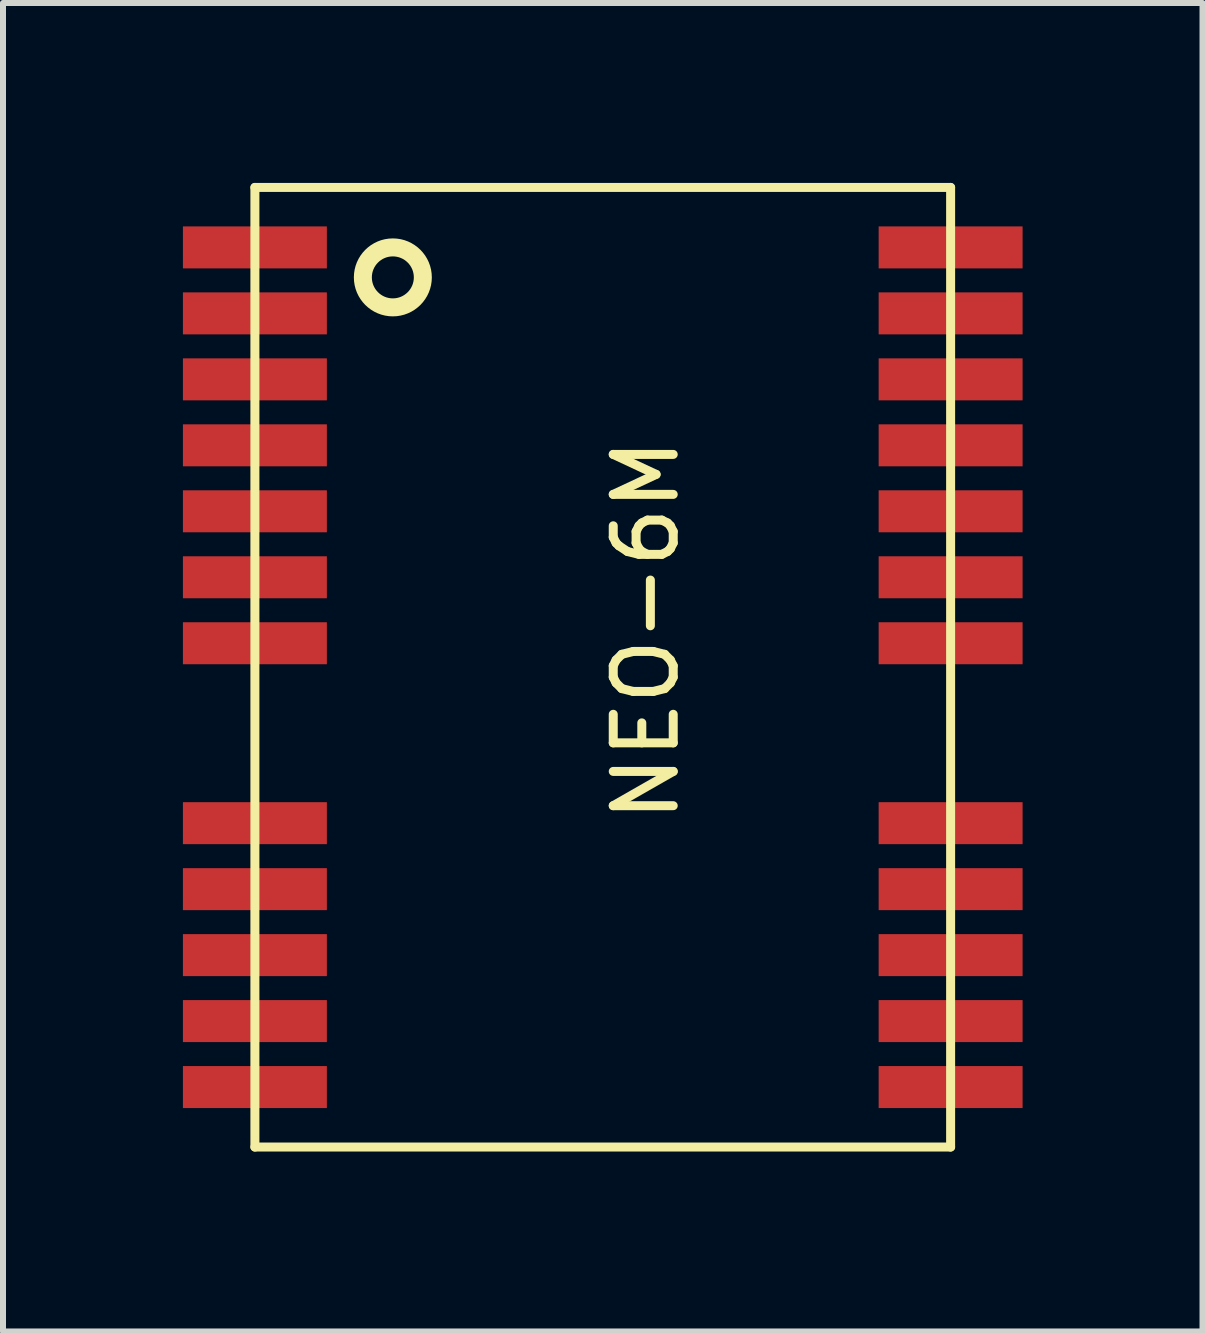
<source format=kicad_pcb>
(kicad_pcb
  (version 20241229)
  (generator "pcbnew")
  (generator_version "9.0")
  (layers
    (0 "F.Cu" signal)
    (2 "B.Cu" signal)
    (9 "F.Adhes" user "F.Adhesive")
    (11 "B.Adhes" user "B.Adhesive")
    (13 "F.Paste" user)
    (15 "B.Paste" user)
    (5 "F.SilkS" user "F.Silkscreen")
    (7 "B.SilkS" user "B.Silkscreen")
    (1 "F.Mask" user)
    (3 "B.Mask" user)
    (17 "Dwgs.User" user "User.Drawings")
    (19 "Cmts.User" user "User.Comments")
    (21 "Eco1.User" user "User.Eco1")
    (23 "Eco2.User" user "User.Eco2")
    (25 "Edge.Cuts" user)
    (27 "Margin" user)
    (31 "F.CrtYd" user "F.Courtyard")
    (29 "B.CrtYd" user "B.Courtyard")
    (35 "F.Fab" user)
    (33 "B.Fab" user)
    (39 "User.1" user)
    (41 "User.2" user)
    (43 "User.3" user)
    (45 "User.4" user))
  (footprint "NEO-6M"
    (layer "F.Cu")
    (at 1.37 1.105)
    (property "Reference" "NEO-6M" (at 6.35 6.35 270) (layer "F.SilkS") (effects (font (size 1 1) (thickness 0.15))))
    (attr through_hole)
    (fp_line (start -0.17 -1.03) (end -0.17 14.97) (stroke (width 0.15) (type solid)) (layer "F.SilkS"))
    (fp_line (start 11.43 -1.03) (end -0.17 -1.03) (stroke (width 0.15) (type solid)) (layer "F.SilkS"))
    (fp_line (start 11.43 -1.03) (end 11.43 14.97) (stroke (width 0.15) (type solid)) (layer "F.SilkS"))
    (fp_line (start 11.43 14.97) (end -0.17 14.97) (stroke (width 0.15) (type solid)) (layer "F.SilkS"))
    (fp_circle (center 2.13 0.47) (end 2.13 0.97) (stroke (width 0.3) (type solid)) (fill no) (layer "F.SilkS"))
    (pad "1" smd rect (at -0.17 -0.03 180) (size 2.4 0.7) (layers "F.Cu" "F.Mask" "F.Paste"))
    (pad "2" smd rect (at -0.17 1.07 180) (size 2.4 0.7) (layers "F.Cu" "F.Mask" "F.Paste"))
    (pad "3" smd rect (at -0.17 2.17 180) (size 2.4 0.7) (layers "F.Cu" "F.Mask" "F.Paste"))
    (pad "4" smd rect (at -0.17 3.27 180) (size 2.4 0.7) (layers "F.Cu" "F.Mask" "F.Paste"))
    (pad "5" smd rect (at -0.17 4.37 180) (size 2.4 0.7) (layers "F.Cu" "F.Mask" "F.Paste"))
    (pad "6" smd rect (at -0.17 5.47 180) (size 2.4 0.7) (layers "F.Cu" "F.Mask" "F.Paste"))
    (pad "7" smd rect (at -0.17 6.57 180) (size 2.4 0.7) (layers "F.Cu" "F.Mask" "F.Paste"))
    (pad "8" smd rect (at -0.17 9.57 180) (size 2.4 0.7) (layers "F.Cu" "F.Mask" "F.Paste"))
    (pad "9" smd rect (at -0.17 10.67 180) (size 2.4 0.7) (layers "F.Cu" "F.Mask" "F.Paste"))
    (pad "10" smd rect (at -0.17 11.77 180) (size 2.4 0.7) (layers "F.Cu" "F.Mask" "F.Paste"))
    (pad "11" smd rect (at -0.17 12.87 180) (size 2.4 0.7) (layers "F.Cu" "F.Mask" "F.Paste"))
    (pad "12" smd rect (at -0.17 13.97 180) (size 2.4 0.7) (layers "F.Cu" "F.Mask" "F.Paste"))
    (pad "13" smd rect (at 11.43 13.97 180) (size 2.4 0.7) (layers "F.Cu" "F.Mask" "F.Paste"))
    (pad "14" smd rect (at 11.43 12.87 180) (size 2.4 0.7) (layers "F.Cu" "F.Mask" "F.Paste"))
    (pad "15" smd rect (at 11.43 11.77 180) (size 2.4 0.7) (layers "F.Cu" "F.Mask" "F.Paste"))
    (pad "16" smd rect (at 11.43 10.67 180) (size 2.4 0.7) (layers "F.Cu" "F.Mask" "F.Paste"))
    (pad "17" smd rect (at 11.43 9.57 180) (size 2.4 0.7) (layers "F.Cu" "F.Mask" "F.Paste"))
    (pad "18" smd rect (at 11.43 6.57 180) (size 2.4 0.7) (layers "F.Cu" "F.Mask" "F.Paste"))
    (pad "19" smd rect (at 11.43 5.47 180) (size 2.4 0.7) (layers "F.Cu" "F.Mask" "F.Paste"))
    (pad "20" smd rect (at 11.43 4.37 180) (size 2.4 0.7) (layers "F.Cu" "F.Mask" "F.Paste"))
    (pad "21" smd rect (at 11.43 3.27 180) (size 2.4 0.7) (layers "F.Cu" "F.Mask" "F.Paste"))
    (pad "22" smd rect (at 11.43 2.17 180) (size 2.4 0.7) (layers "F.Cu" "F.Mask" "F.Paste"))
    (pad "23" smd rect (at 11.43 1.07 180) (size 2.4 0.7) (layers "F.Cu" "F.Mask" "F.Paste"))
    (pad "24" smd rect (at 11.43 -0.03 180) (size 2.4 0.7) (layers "F.Cu" "F.Mask" "F.Paste")))
  (gr_rect
    (start -3 -3)
    (end 17 19.15)
    (stroke (width 0.1) (type default))
    (fill no)
    (layer "Edge.Cuts")))
</source>
